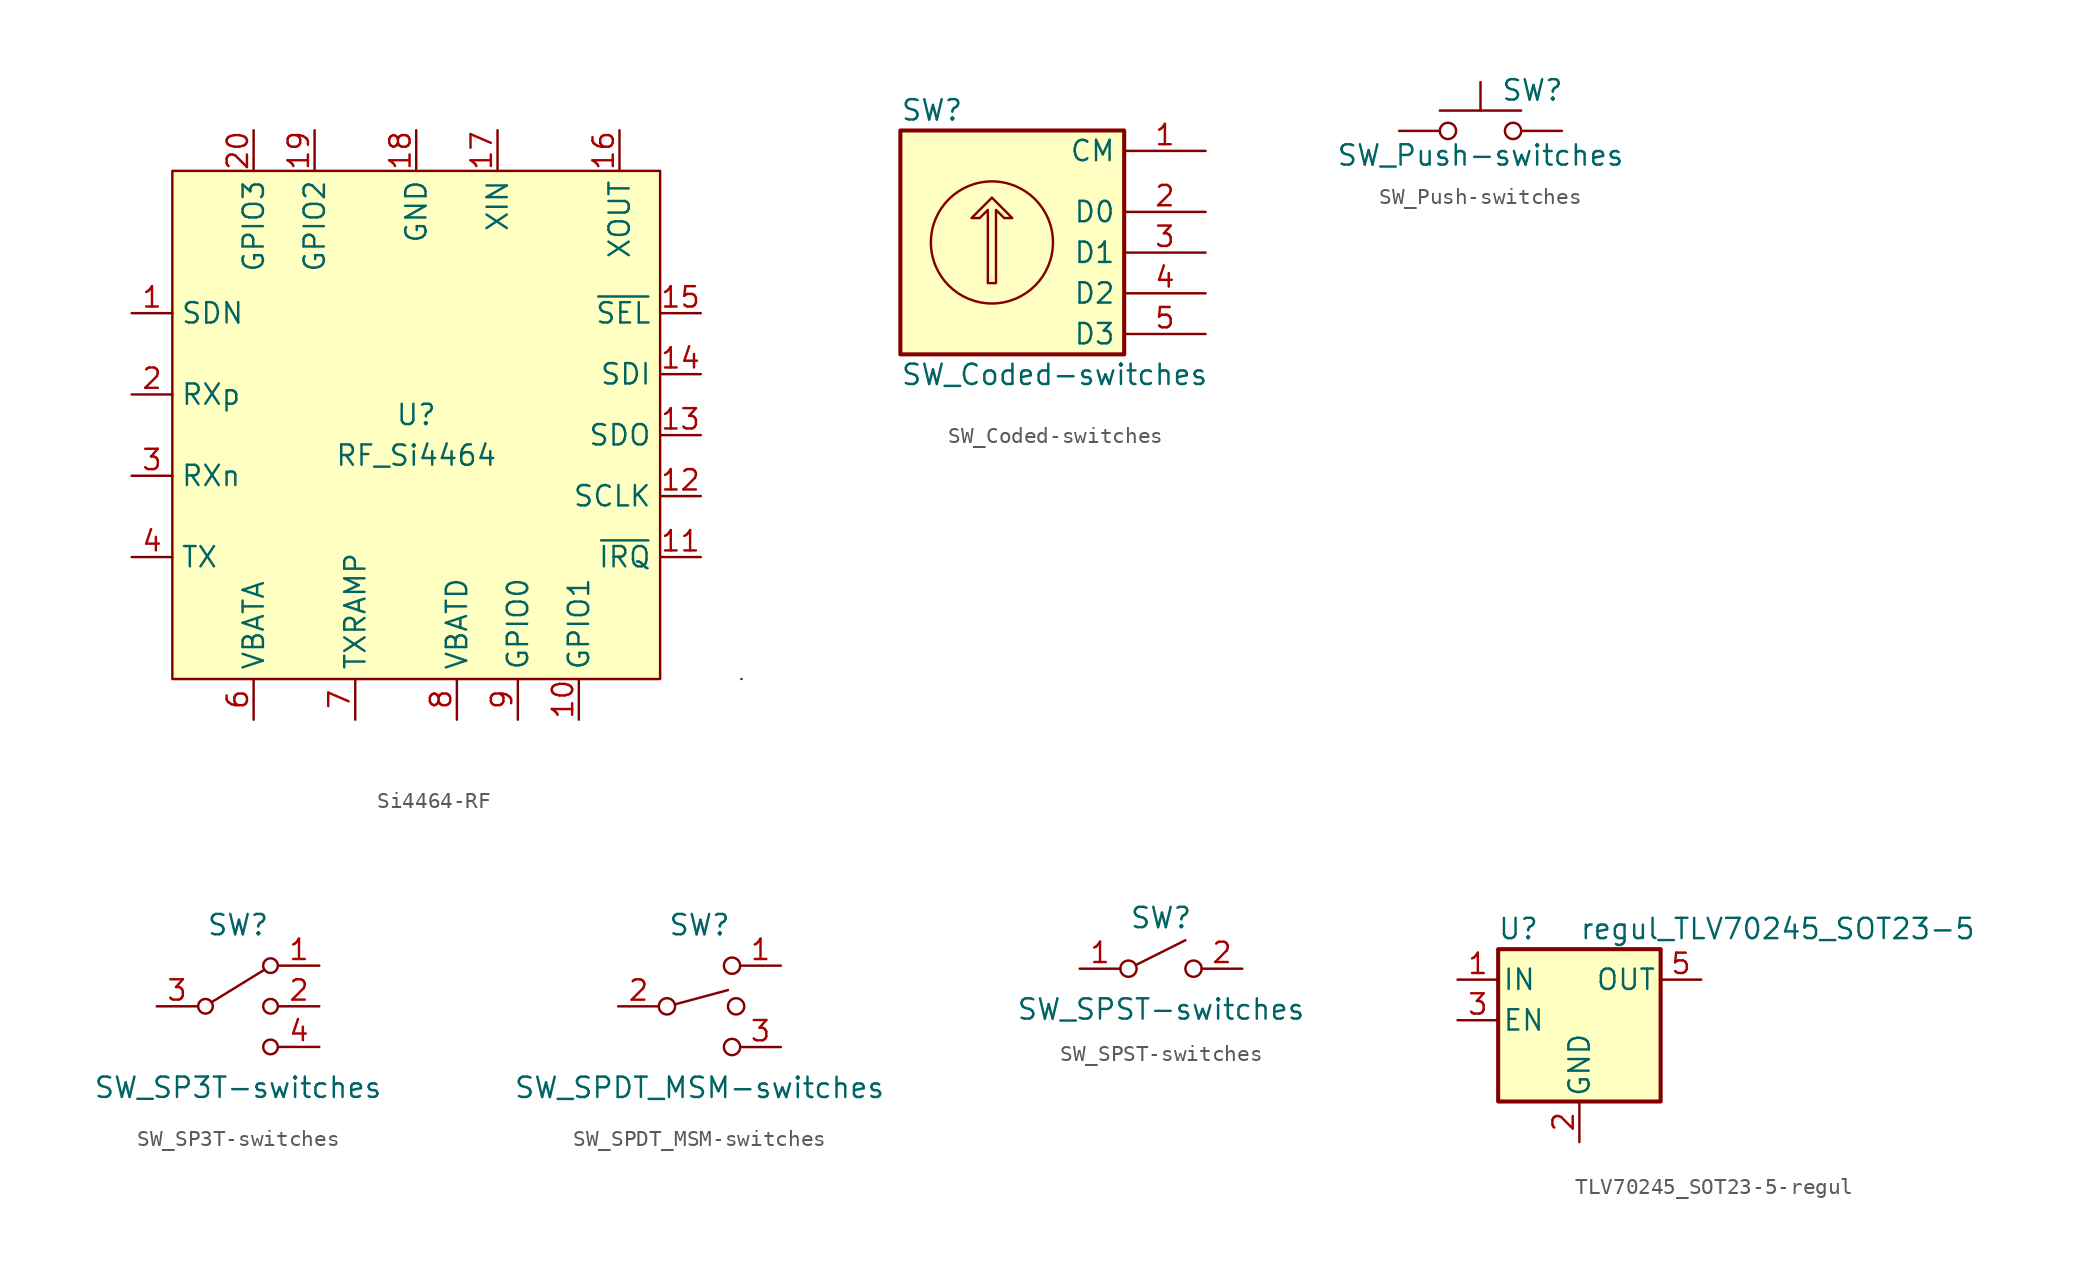
<source format=kicad_sym>
(kicad_symbol_lib
  (version 20220914)
  (generator kicad_symbol_editor)
  (symbol "Si4464-RF"
    (property "Reference" "U"
      (at 0 1.27 0)
      (effects (font (size 1.27 1.27))))
    (property "Value" "RF_Si4464"
      (at 0 -1.27 0)
      (effects (font (size 1.27 1.27))))
    (symbol "Si4464-RF_0_1"
      (rectangle (start -15.24 16.51) (end 15.24 -15.24) (stroke (width 0) (type solid)) (fill (type background)))
      (rectangle (start 20.32 -15.24) (end 20.32 -15.24) (stroke (width 0) (type solid)) (fill (type none))))
    (symbol "Si4464-RF_1_1"
      (pin input line (at -17.78 7.62 0) (length 2.54) (name "SDN" (effects (font (size 1.27 1.27)))) (number "1" (effects (font (size 1.27 1.27)))))
      (pin bidirectional line (at 10.16 -17.78 90) (length 2.54) (name "GPIO1" (effects (font (size 1.27 1.27)))) (number "10" (effects (font (size 1.27 1.27)))))
      (pin open_collector line (at 17.78 -7.62 180) (length 2.54) (name "~{IRQ}" (effects (font (size 1.27 1.27)))) (number "11" (effects (font (size 1.27 1.27)))))
      (pin input line (at 17.78 -3.81 180) (length 2.54) (name "SCLK" (effects (font (size 1.27 1.27)))) (number "12" (effects (font (size 1.27 1.27)))))
      (pin output line (at 17.78 0 180) (length 2.54) (name "SDO" (effects (font (size 1.27 1.27)))) (number "13" (effects (font (size 1.27 1.27)))))
      (pin input line (at 17.78 3.81 180) (length 2.54) (name "SDI" (effects (font (size 1.27 1.27)))) (number "14" (effects (font (size 1.27 1.27)))))
      (pin input line (at 17.78 7.62 180) (length 2.54) (name "~{SEL}" (effects (font (size 1.27 1.27)))) (number "15" (effects (font (size 1.27 1.27)))))
      (pin passive line (at 12.7 19.05 270) (length 2.54) (name "XOUT" (effects (font (size 1.27 1.27)))) (number "16" (effects (font (size 1.27 1.27)))))
      (pin input line (at 5.08 19.05 270) (length 2.54) (name "XIN" (effects (font (size 1.27 1.27)))) (number "17" (effects (font (size 1.27 1.27)))))
      (pin power_in line (at 0 19.05 270) (length 2.54) (name "GND" (effects (font (size 1.27 1.27)))) (number "18" (effects (font (size 1.27 1.27)))))
      (pin bidirectional line (at -6.35 19.05 270) (length 2.54) (name "GPIO2" (effects (font (size 1.27 1.27)))) (number "19" (effects (font (size 1.27 1.27)))))
      (pin input line (at -17.78 2.54 0) (length 2.54) (name "RXp" (effects (font (size 1.27 1.27)))) (number "2" (effects (font (size 1.27 1.27)))))
      (pin bidirectional line (at -10.16 19.05 270) (length 2.54) (name "GPIO3" (effects (font (size 1.27 1.27)))) (number "20" (effects (font (size 1.27 1.27)))))
      (pin power_in line (at 0 19.05 270) (length 2.54) hide (name "GND" (effects (font (size 1.27 1.27)))) (number "21" (effects (font (size 1.27 1.27)))))
      (pin input line (at -17.78 -2.54 0) (length 2.54) (name "RXn" (effects (font (size 1.27 1.27)))) (number "3" (effects (font (size 1.27 1.27)))))
      (pin output line (at -17.78 -7.62 0) (length 2.54) (name "TX" (effects (font (size 1.27 1.27)))) (number "4" (effects (font (size 1.27 1.27)))))
      (pin no_connect line (at -17.78 -12.7 0) (length 2.54) hide (name "NC" (effects (font (size 1.27 1.27)))) (number "5" (effects (font (size 1.27 1.27)))))
      (pin power_in line (at -10.16 -17.78 90) (length 2.54) (name "VBATA" (effects (font (size 1.27 1.27)))) (number "6" (effects (font (size 1.27 1.27)))))
      (pin output line (at -3.81 -17.78 90) (length 2.54) (name "TXRAMP" (effects (font (size 1.27 1.27)))) (number "7" (effects (font (size 1.27 1.27)))))
      (pin power_in line (at 2.54 -17.78 90) (length 2.54) (name "VBATD" (effects (font (size 1.27 1.27)))) (number "8" (effects (font (size 1.27 1.27)))))
      (pin bidirectional line (at 6.35 -17.78 90) (length 2.54) (name "GPIO0" (effects (font (size 1.27 1.27)))) (number "9" (effects (font (size 1.27 1.27)))))))
  (symbol "SW_Coded-switches"
    (property "Reference" "SW"
      (at -6.35 8.89 0)
      (effects (font (size 1.27 1.27)) (justify left)))
    (property "Value" "SW_Coded-switches"
      (at -6.35 -7.62 0)
      (effects (font (size 1.27 1.27)) (justify left)))
    (symbol "SW_Coded-switches_0_1"
      (circle (center -0.635 0.635) (radius 3.81) (stroke (width 0) (type solid)) (fill (type none)))
      (polyline (pts (xy -0.889 -1.905) (xy -0.889 2.667) (xy -1.397 2.159) (xy -1.905 2.159) (xy -0.635 3.429) (xy 0.635 2.159) (xy 0.127 2.159) (xy -0.381 2.667) (xy -0.381 -1.905) (xy -0.889 -1.905) (xy -0.889 -1.905)) (stroke (width 0) (type solid)) (fill (type none)))
      (rectangle (start 7.62 7.62) (end -6.35 -6.35) (stroke (width 0.254) (type solid)) (fill (type background))))
    (symbol "SW_Coded-switches_1_1"
      (pin passive line (at 12.7 6.35 180) (length 5.08) (name "CM" (effects (font (size 1.27 1.27)))) (number "1" (effects (font (size 1.27 1.27)))))
      (pin passive line (at 12.7 2.54 180) (length 5.08) (name "D0" (effects (font (size 1.27 1.27)))) (number "2" (effects (font (size 1.27 1.27)))))
      (pin passive line (at 12.7 0 180) (length 5.08) (name "D1" (effects (font (size 1.27 1.27)))) (number "3" (effects (font (size 1.27 1.27)))))
      (pin passive line (at 12.7 -2.54 180) (length 5.08) (name "D2" (effects (font (size 1.27 1.27)))) (number "4" (effects (font (size 1.27 1.27)))))
      (pin passive line (at 12.7 -5.08 180) (length 5.08) (name "D3" (effects (font (size 1.27 1.27)))) (number "5" (effects (font (size 1.27 1.27)))))))
  (symbol "SW_Push-switches"
    (pin_numbers hide)
    (pin_names
      (offset 1.016) hide)
    (property "Reference" "SW"
      (at 1.27 2.54 0)
      (effects (font (size 1.27 1.27)) (justify left)))
    (property "Value" "SW_Push-switches"
      (at 0 -1.524 0)
      (effects (font (size 1.27 1.27))))
    (symbol "SW_Push-switches_0_1"
      (circle (center -2.032 0) (radius 0.508) (stroke (width 0) (type solid)) (fill (type none)))
      (polyline (pts (xy 0 1.27) (xy 0 3.048)) (stroke (width 0) (type solid)) (fill (type none)))
      (polyline (pts (xy 2.54 1.27) (xy -2.54 1.27)) (stroke (width 0) (type solid)) (fill (type none)))
      (circle (center 2.032 0) (radius 0.508) (stroke (width 0) (type solid)) (fill (type none)))
      (pin passive line (at -5.08 0 0) (length 2.54) (name "1" (effects (font (size 1.27 1.27)))) (number "1" (effects (font (size 1.27 1.27)))))
      (pin passive line (at 5.08 0 180) (length 2.54) (name "2" (effects (font (size 1.27 1.27)))) (number "2" (effects (font (size 1.27 1.27)))))))
  (symbol "SW_SP3T-switches"
    (pin_names
      (offset 0) hide)
    (property "Reference" "SW"
      (at 0 5.08 0)
      (effects (font (size 1.27 1.27))))
    (property "Value" "SW_SP3T-switches"
      (at 0 -5.08 0)
      (effects (font (size 1.27 1.27))))
    (symbol "SW_SP3T-switches_0_1"
      (circle (center -2.032 0) (radius 0.457) (stroke (width 0) (type solid)) (fill (type none)))
      (polyline (pts (xy -1.651 0.254) (xy 1.651 2.286)) (stroke (width 0) (type solid)) (fill (type none)))
      (circle (center 2.032 -2.54) (radius 0.457) (stroke (width 0) (type solid)) (fill (type none)))
      (circle (center 2.032 0) (radius 0.457) (stroke (width 0) (type solid)) (fill (type none)))
      (circle (center 2.032 2.54) (radius 0.457) (stroke (width 0) (type solid)) (fill (type none))))
    (symbol "SW_SP3T-switches_1_1"
      (pin passive line (at 5.08 2.54 180) (length 2.54) (name "1" (effects (font (size 1.27 1.27)))) (number "1" (effects (font (size 1.27 1.27)))))
      (pin passive line (at 5.08 0 180) (length 2.54) (name "2" (effects (font (size 1.27 1.27)))) (number "2" (effects (font (size 1.27 1.27)))))
      (pin passive line (at -5.08 0 0) (length 2.54) (name "3" (effects (font (size 1.27 1.27)))) (number "3" (effects (font (size 1.27 1.27)))))
      (pin passive line (at 5.08 -2.54 180) (length 2.54) (name "4" (effects (font (size 1.27 1.27)))) (number "4" (effects (font (size 1.27 1.27)))))))
  (symbol "SW_SPDT_MSM-switches"
    (pin_names
      (offset 0) hide)
    (property "Reference" "SW"
      (at 0 5.08 0)
      (effects (font (size 1.27 1.27))))
    (property "Value" "SW_SPDT_MSM-switches"
      (at 0 -5.08 0)
      (effects (font (size 1.27 1.27))))
    (symbol "SW_SPDT_MSM-switches_0_0"
      (circle (center -2.032 0) (radius 0.508) (stroke (width 0) (type solid)) (fill (type none)))
      (polyline (pts (xy -1.524 0.127) (xy 1.778 1.016)) (stroke (width 0) (type solid)) (fill (type none)))
      (circle (center 2.032 -2.54) (radius 0.508) (stroke (width 0) (type solid)) (fill (type none))))
    (symbol "SW_SPDT_MSM-switches_0_1"
      (circle (center 2.032 2.54) (radius 0.508) (stroke (width 0) (type solid)) (fill (type none)))
      (circle (center 2.286 0) (radius 0.508) (stroke (width 0) (type solid)) (fill (type none))))
    (symbol "SW_SPDT_MSM-switches_1_1"
      (pin passive line (at 5.08 2.54 180) (length 2.54) (name "1" (effects (font (size 1.27 1.27)))) (number "1" (effects (font (size 1.27 1.27)))))
      (pin passive line (at -5.08 0 0) (length 2.54) (name "2" (effects (font (size 1.27 1.27)))) (number "2" (effects (font (size 1.27 1.27)))))
      (pin passive line (at 5.08 -2.54 180) (length 2.54) (name "3" (effects (font (size 1.27 1.27)))) (number "3" (effects (font (size 1.27 1.27)))))))
  (symbol "SW_SPST-switches"
    (pin_names
      (offset 0) hide)
    (property "Reference" "SW"
      (at 0 3.175 0)
      (effects (font (size 1.27 1.27))))
    (property "Value" "SW_SPST-switches"
      (at 0 -2.54 0)
      (effects (font (size 1.27 1.27))))
    (symbol "SW_SPST-switches_0_0"
      (circle (center -2.032 0) (radius 0.508) (stroke (width 0) (type solid)) (fill (type none)))
      (polyline (pts (xy -1.524 0.254) (xy 1.524 1.778)) (stroke (width 0) (type solid)) (fill (type none)))
      (circle (center 2.032 0) (radius 0.508) (stroke (width 0) (type solid)) (fill (type none))))
    (symbol "SW_SPST-switches_1_1"
      (pin passive line (at -5.08 0 0) (length 2.54) (name "A" (effects (font (size 1.27 1.27)))) (number "1" (effects (font (size 1.27 1.27)))))
      (pin passive line (at 5.08 0 180) (length 2.54) (name "B" (effects (font (size 1.27 1.27)))) (number "2" (effects (font (size 1.27 1.27)))))))
  (symbol "TLV70245_SOT23-5-regul"
    (pin_names
      (offset 0.254))
    (property "Reference" "U"
      (at -3.81 5.715 0)
      (effects (font (size 1.27 1.27))))
    (property "Value" "regul_TLV70245_SOT23-5"
      (at 0 5.715 0)
      (effects (font (size 1.27 1.27)) (justify left)))
    (symbol "TLV70245_SOT23-5-regul_0_1"
      (rectangle (start -5.08 4.445) (end 5.08 -5.08) (stroke (width 0.254) (type solid)) (fill (type background))))
    (symbol "TLV70245_SOT23-5-regul_1_1"
      (pin power_in line (at -7.62 2.54 0) (length 2.54) (name "IN" (effects (font (size 1.27 1.27)))) (number "1" (effects (font (size 1.27 1.27)))))
      (pin power_in line (at 0 -7.62 90) (length 2.54) (name "GND" (effects (font (size 1.27 1.27)))) (number "2" (effects (font (size 1.27 1.27)))))
      (pin input line (at -7.62 0 0) (length 2.54) (name "EN" (effects (font (size 1.27 1.27)))) (number "3" (effects (font (size 1.27 1.27)))))
      (pin no_connect line (at 7.62 0 180) (length 2.54) hide (name "NC" (effects (font (size 1.27 1.27)))) (number "4" (effects (font (size 1.27 1.27)))))
      (pin power_out line (at 7.62 2.54 180) (length 2.54) (name "OUT" (effects (font (size 1.27 1.27)))) (number "5" (effects (font (size 1.27 1.27))))))))
</source>
